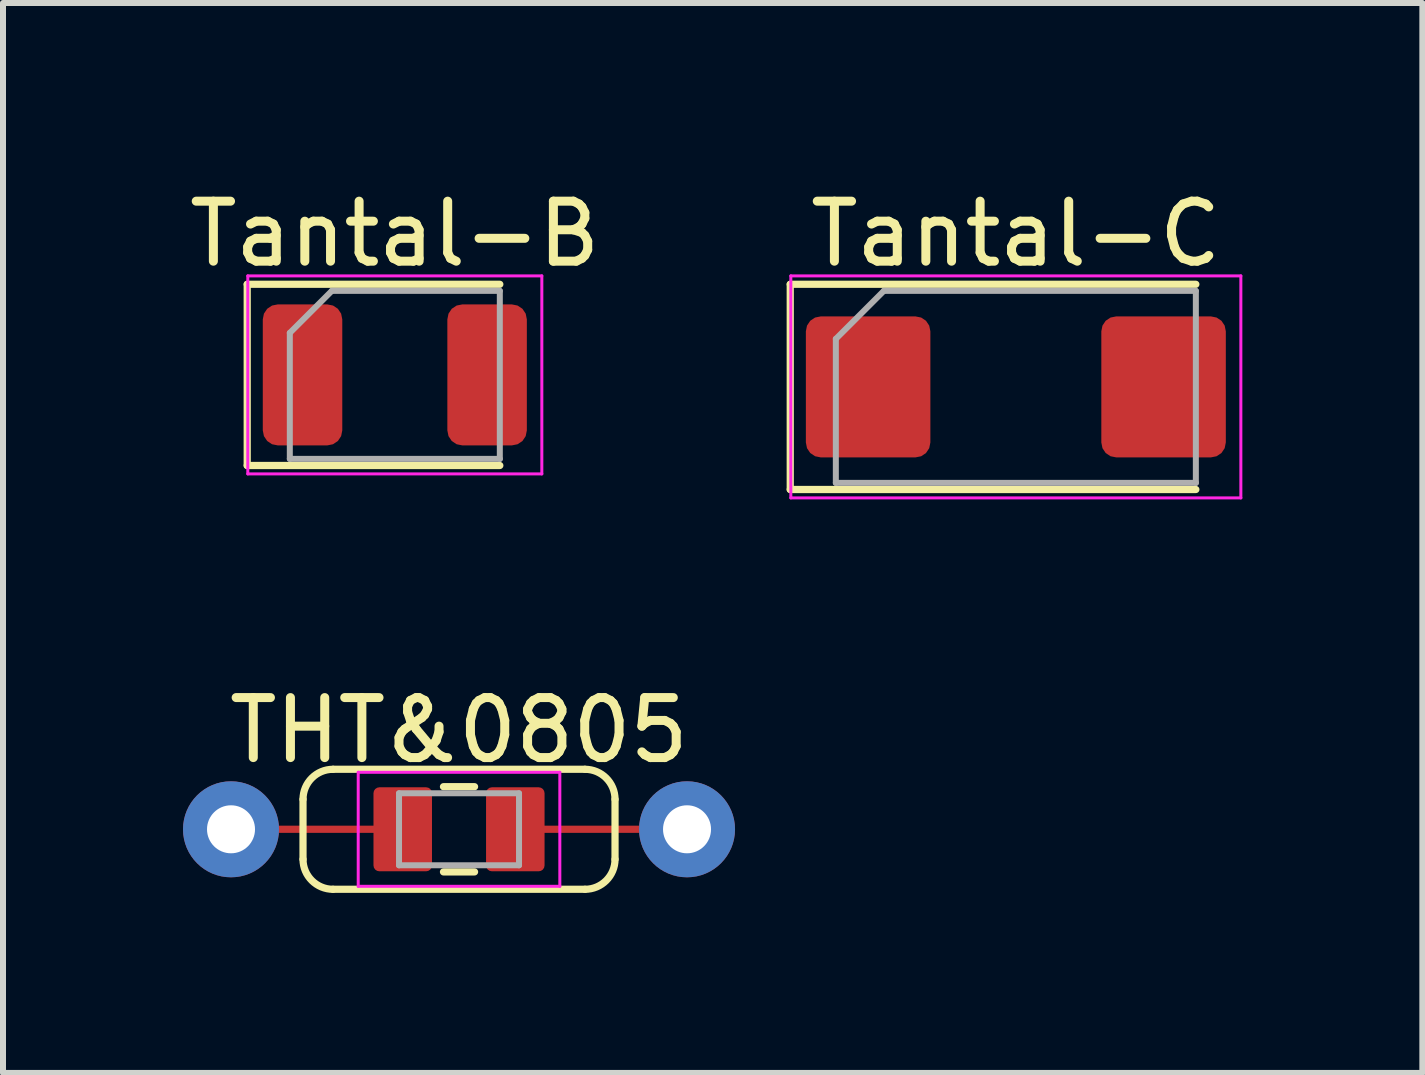
<source format=kicad_pcb>
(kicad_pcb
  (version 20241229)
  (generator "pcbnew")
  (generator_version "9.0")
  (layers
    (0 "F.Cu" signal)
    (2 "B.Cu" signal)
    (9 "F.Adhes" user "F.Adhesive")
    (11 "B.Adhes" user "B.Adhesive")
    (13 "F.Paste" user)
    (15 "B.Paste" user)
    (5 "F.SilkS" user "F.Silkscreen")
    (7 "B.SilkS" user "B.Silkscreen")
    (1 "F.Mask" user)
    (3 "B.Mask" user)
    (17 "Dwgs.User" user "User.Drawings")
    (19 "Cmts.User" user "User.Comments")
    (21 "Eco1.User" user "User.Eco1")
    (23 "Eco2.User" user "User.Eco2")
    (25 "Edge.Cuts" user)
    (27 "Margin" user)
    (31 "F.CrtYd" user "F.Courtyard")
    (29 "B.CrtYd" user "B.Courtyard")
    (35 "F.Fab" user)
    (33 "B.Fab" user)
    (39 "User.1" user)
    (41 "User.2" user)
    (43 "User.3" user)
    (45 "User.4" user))
  (footprint "Tantal-C"
    (layer "F.Cu")
    (at 13.88 3.398)
    (property "Reference" "Tantal-C" (at 0 -2.55 0) (layer "F.SilkS") (effects (font (size 1 1) (thickness 0.15))))
    (attr smd)
    (fp_line (start -3.76 -1.71) (end -3.76 1.71) (stroke (width 0.12) (type solid)) (layer "F.SilkS"))
    (fp_line (start -3.76 1.71) (end 3 1.71) (stroke (width 0.12) (type solid)) (layer "F.SilkS"))
    (fp_line (start 3 -1.71) (end -3.76 -1.71) (stroke (width 0.12) (type solid)) (layer "F.SilkS"))
    (fp_line (start -3.75 -1.85) (end 3.75 -1.85) (stroke (width 0.05) (type solid)) (layer "F.CrtYd"))
    (fp_line (start -3.75 1.85) (end -3.75 -1.85) (stroke (width 0.05) (type solid)) (layer "F.CrtYd"))
    (fp_line (start 3.75 -1.85) (end 3.75 1.85) (stroke (width 0.05) (type solid)) (layer "F.CrtYd"))
    (fp_line (start 3.75 1.85) (end -3.75 1.85) (stroke (width 0.05) (type solid)) (layer "F.CrtYd"))
    (fp_line (start -3 -0.8) (end -3 1.6) (stroke (width 0.1) (type solid)) (layer "F.Fab"))
    (fp_line (start -3 1.6) (end 3 1.6) (stroke (width 0.1) (type solid)) (layer "F.Fab"))
    (fp_line (start -2.2 -1.6) (end -3 -0.8) (stroke (width 0.1) (type solid)) (layer "F.Fab"))
    (fp_line (start 3 -1.6) (end -2.2 -1.6) (stroke (width 0.1) (type solid)) (layer "F.Fab"))
    (fp_line (start 3 1.6) (end 3 -1.6) (stroke (width 0.1) (type solid)) (layer "F.Fab"))
    (pad "1" smd roundrect (at -2.462 0) (size 2.075 2.35) (layers "F.Cu" "F.Mask" "F.Paste") (roundrect_rratio 0.12))
    (pad "2" smd roundrect (at 2.462 0) (size 2.075 2.35) (layers "F.Cu" "F.Mask" "F.Paste") (roundrect_rratio 0.12)))
  (footprint "THT&0805"
    (layer "F.Cu")
    (at 4.6 10.771)
    (property "Reference" "THT&0805" (at 0 -1.65 0) (layer "F.SilkS") (effects (font (size 1 1) (thickness 0.15))))
    (attr smd)
    (fp_line (start -0.9 0) (end -3.8 0) (stroke (width 0.12) (type solid)) (layer "F.Cu"))
    (fp_line (start 1 0) (end 3.8 0) (stroke (width 0.12) (type solid)) (layer "F.Cu"))
    (fp_line (start -2.6 0.5) (end -2.6 -0.5) (stroke (width 0.12) (type solid)) (layer "F.SilkS"))
    (fp_line (start -2.1 1) (end 2.1 1) (stroke (width 0.12) (type solid)) (layer "F.SilkS"))
    (fp_line (start -0.259 -0.71) (end 0.259 -0.71) (stroke (width 0.12) (type solid)) (layer "F.SilkS"))
    (fp_line (start -0.259 0.71) (end 0.259 0.71) (stroke (width 0.12) (type solid)) (layer "F.SilkS"))
    (fp_line (start 2.1 -1) (end -2.1 -1) (stroke (width 0.12) (type solid)) (layer "F.SilkS"))
    (fp_line (start 2.6 0.5) (end 2.6 -0.5) (stroke (width 0.12) (type solid)) (layer "F.SilkS"))
    (fp_arc (start -2.6 -0.5) (mid -2.453553 -0.853553) (end -2.1 -1) (stroke (width 0.12) (type solid)) (layer "F.SilkS"))
    (fp_arc (start -2.1 1) (mid -2.453553 0.853553) (end -2.6 0.5) (stroke (width 0.12) (type solid)) (layer "F.SilkS"))
    (fp_arc (start 2.1 -1) (mid 2.453553 -0.853553) (end 2.6 -0.5) (stroke (width 0.12) (type solid)) (layer "F.SilkS"))
    (fp_arc (start 2.6 0.5) (mid 2.453553 0.853553) (end 2.1 1) (stroke (width 0.12) (type solid)) (layer "F.SilkS"))
    (fp_line (start -1.68 -0.95) (end 1.68 -0.95) (stroke (width 0.05) (type solid)) (layer "F.CrtYd"))
    (fp_line (start -1.68 0.95) (end -1.68 -0.95) (stroke (width 0.05) (type solid)) (layer "F.CrtYd"))
    (fp_line (start 1.68 -0.95) (end 1.68 0.95) (stroke (width 0.05) (type solid)) (layer "F.CrtYd"))
    (fp_line (start 1.68 0.95) (end -1.68 0.95) (stroke (width 0.05) (type solid)) (layer "F.CrtYd"))
    (fp_line (start -1 -0.6) (end 1 -0.6) (stroke (width 0.1) (type solid)) (layer "F.Fab"))
    (fp_line (start -1 0.6) (end -1 -0.6) (stroke (width 0.1) (type solid)) (layer "F.Fab"))
    (fp_line (start 1 -0.6) (end 1 0.6) (stroke (width 0.1) (type solid)) (layer "F.Fab"))
    (fp_line (start 1 0.6) (end -1 0.6) (stroke (width 0.1) (type solid)) (layer "F.Fab"))
    (pad "1" thru_hole circle (at -3.8 0) (size 1.6 1.6) (drill 0.8) (layers "*.Cu" "*.Mask"))
    (pad "1" smd roundrect (at -0.938 0) (size 0.975 1.4) (layers "F.Cu" "F.Mask" "F.Paste") (roundrect_rratio 0.1))
    (pad "2" smd roundrect (at 0.938 0) (size 0.975 1.4) (layers "F.Cu" "F.Mask" "F.Paste") (roundrect_rratio 0.1))
    (pad "2" thru_hole oval (at 3.8 0) (size 1.6 1.6) (drill 0.8) (layers "*.Cu" "*.Mask")))
  (footprint "Tantal-B"
    (layer "F.Cu")
    (at 3.53 3.198)
    (property "Reference" "Tantal-B" (at 0 -2.35 0) (layer "F.SilkS") (effects (font (size 1 1) (thickness 0.15))))
    (attr smd)
    (fp_line (start -2.46 -1.51) (end -2.46 1.51) (stroke (width 0.12) (type solid)) (layer "F.SilkS"))
    (fp_line (start -2.46 1.51) (end 1.75 1.51) (stroke (width 0.12) (type solid)) (layer "F.SilkS"))
    (fp_line (start 1.75 -1.51) (end -2.46 -1.51) (stroke (width 0.12) (type solid)) (layer "F.SilkS"))
    (fp_line (start -2.45 -1.65) (end 2.45 -1.65) (stroke (width 0.05) (type solid)) (layer "F.CrtYd"))
    (fp_line (start -2.45 1.65) (end -2.45 -1.65) (stroke (width 0.05) (type solid)) (layer "F.CrtYd"))
    (fp_line (start 2.45 -1.65) (end 2.45 1.65) (stroke (width 0.05) (type solid)) (layer "F.CrtYd"))
    (fp_line (start 2.45 1.65) (end -2.45 1.65) (stroke (width 0.05) (type solid)) (layer "F.CrtYd"))
    (fp_line (start -1.75 -0.7) (end -1.75 1.4) (stroke (width 0.1) (type solid)) (layer "F.Fab"))
    (fp_line (start -1.75 1.4) (end 1.75 1.4) (stroke (width 0.1) (type solid)) (layer "F.Fab"))
    (fp_line (start -1.05 -1.4) (end -1.75 -0.7) (stroke (width 0.1) (type solid)) (layer "F.Fab"))
    (fp_line (start 1.75 -1.4) (end -1.05 -1.4) (stroke (width 0.1) (type solid)) (layer "F.Fab"))
    (fp_line (start 1.75 1.4) (end 1.75 -1.4) (stroke (width 0.1) (type solid)) (layer "F.Fab"))
    (pad "1" smd roundrect (at -1.538 0) (size 1.325 2.35) (layers "F.Cu" "F.Mask" "F.Paste") (roundrect_rratio 0.189))
    (pad "2" smd roundrect (at 1.538 0) (size 1.325 2.35) (layers "F.Cu" "F.Mask" "F.Paste") (roundrect_rratio 0.189)))
  (gr_rect
    (start -3 -3)
    (end 20.655 14.832)
    (stroke (width 0.1) (type default))
    (fill no)
    (layer "Edge.Cuts")))
</source>
